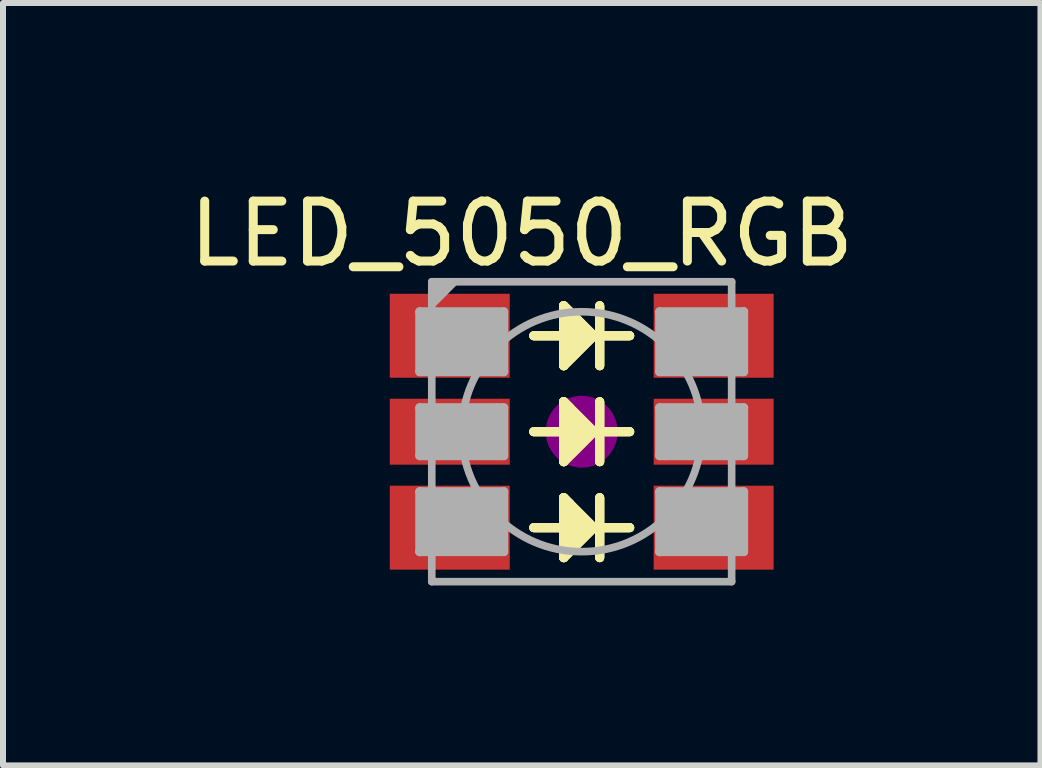
<source format=kicad_pcb>
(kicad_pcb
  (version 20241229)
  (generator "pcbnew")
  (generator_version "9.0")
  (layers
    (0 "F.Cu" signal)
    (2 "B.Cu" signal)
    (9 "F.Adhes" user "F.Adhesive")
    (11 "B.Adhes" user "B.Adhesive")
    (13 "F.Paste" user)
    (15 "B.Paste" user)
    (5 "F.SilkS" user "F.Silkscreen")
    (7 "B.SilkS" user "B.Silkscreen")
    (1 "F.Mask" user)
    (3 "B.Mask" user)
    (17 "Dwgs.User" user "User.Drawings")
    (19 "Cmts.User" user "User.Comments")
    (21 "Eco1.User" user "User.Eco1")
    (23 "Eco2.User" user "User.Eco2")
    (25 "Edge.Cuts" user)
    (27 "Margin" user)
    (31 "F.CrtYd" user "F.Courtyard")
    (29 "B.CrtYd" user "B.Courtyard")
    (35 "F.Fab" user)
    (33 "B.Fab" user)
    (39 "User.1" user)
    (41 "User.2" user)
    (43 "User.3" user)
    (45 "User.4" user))
  (footprint "LED_5050_RGB"
    (layer "F.Cu")
    (at 6.649 4.148)
    (property "Reference" "LED_5050_RGB" (at -1 -3.3 0) (layer "F.SilkS") (effects (font (size 1 1) (thickness 0.15))))
    (attr through_hole)
    (fp_line (start -0.8 -1.6) (end 0.8 -1.6) (stroke (width 0.15) (type solid)) (layer "F.SilkS"))
    (fp_line (start -0.8 -1.6) (end 0.8 -1.6) (stroke (width 0.15) (type solid)) (layer "F.SilkS"))
    (fp_line (start -0.8 -1.6) (end 0.8 -1.6) (stroke (width 0.15) (type solid)) (layer "F.SilkS"))
    (fp_line (start -0.8 -1.6) (end 0.8 -1.6) (stroke (width 0.15) (type solid)) (layer "F.SilkS"))
    (fp_line (start -0.8 0) (end 0.8 0) (stroke (width 0.15) (type solid)) (layer "F.SilkS"))
    (fp_line (start -0.8 0) (end 0.8 0) (stroke (width 0.15) (type solid)) (layer "F.SilkS"))
    (fp_line (start -0.8 0) (end 0.8 0) (stroke (width 0.15) (type solid)) (layer "F.SilkS"))
    (fp_line (start -0.8 0) (end 0.8 0) (stroke (width 0.15) (type solid)) (layer "F.SilkS"))
    (fp_line (start -0.8 1.6) (end 0.8 1.6) (stroke (width 0.15) (type solid)) (layer "F.SilkS"))
    (fp_line (start -0.8 1.6) (end 0.8 1.6) (stroke (width 0.15) (type solid)) (layer "F.SilkS"))
    (fp_line (start -0.8 1.6) (end 0.8 1.6) (stroke (width 0.15) (type solid)) (layer "F.SilkS"))
    (fp_line (start -0.8 1.6) (end 0.8 1.6) (stroke (width 0.15) (type solid)) (layer "F.SilkS"))
    (fp_line (start -0.3 -2.1) (end -0.2 -2) (stroke (width 0.15) (type solid)) (layer "F.SilkS"))
    (fp_line (start -0.3 -2.1) (end -0.2 -2) (stroke (width 0.15) (type solid)) (layer "F.SilkS"))
    (fp_line (start -0.3 -2.1) (end -0.2 -2) (stroke (width 0.15) (type solid)) (layer "F.SilkS"))
    (fp_line (start -0.3 -2.1) (end -0.2 -2) (stroke (width 0.15) (type solid)) (layer "F.SilkS"))
    (fp_line (start -0.3 -2.1) (end 0.2 -1.6) (stroke (width 0.15) (type solid)) (layer "F.SilkS"))
    (fp_line (start -0.3 -2.1) (end 0.2 -1.6) (stroke (width 0.15) (type solid)) (layer "F.SilkS"))
    (fp_line (start -0.3 -2.1) (end 0.2 -1.6) (stroke (width 0.15) (type solid)) (layer "F.SilkS"))
    (fp_line (start -0.3 -2.1) (end 0.2 -1.6) (stroke (width 0.15) (type solid)) (layer "F.SilkS"))
    (fp_line (start -0.3 -1.1) (end -0.3 -2.1) (stroke (width 0.15) (type solid)) (layer "F.SilkS"))
    (fp_line (start -0.3 -1.1) (end -0.3 -2.1) (stroke (width 0.15) (type solid)) (layer "F.SilkS"))
    (fp_line (start -0.3 -1.1) (end -0.3 -2.1) (stroke (width 0.15) (type solid)) (layer "F.SilkS"))
    (fp_line (start -0.3 -1.1) (end -0.3 -2.1) (stroke (width 0.15) (type solid)) (layer "F.SilkS"))
    (fp_line (start -0.3 -0.5) (end -0.2 -0.4) (stroke (width 0.15) (type solid)) (layer "F.SilkS"))
    (fp_line (start -0.3 -0.5) (end -0.2 -0.4) (stroke (width 0.15) (type solid)) (layer "F.SilkS"))
    (fp_line (start -0.3 -0.5) (end -0.2 -0.4) (stroke (width 0.15) (type solid)) (layer "F.SilkS"))
    (fp_line (start -0.3 -0.5) (end -0.2 -0.4) (stroke (width 0.15) (type solid)) (layer "F.SilkS"))
    (fp_line (start -0.3 -0.5) (end 0.2 0) (stroke (width 0.15) (type solid)) (layer "F.SilkS"))
    (fp_line (start -0.3 -0.5) (end 0.2 0) (stroke (width 0.15) (type solid)) (layer "F.SilkS"))
    (fp_line (start -0.3 -0.5) (end 0.2 0) (stroke (width 0.15) (type solid)) (layer "F.SilkS"))
    (fp_line (start -0.3 -0.5) (end 0.2 0) (stroke (width 0.15) (type solid)) (layer "F.SilkS"))
    (fp_line (start -0.3 0.5) (end -0.3 -0.5) (stroke (width 0.15) (type solid)) (layer "F.SilkS"))
    (fp_line (start -0.3 0.5) (end -0.3 -0.5) (stroke (width 0.15) (type solid)) (layer "F.SilkS"))
    (fp_line (start -0.3 0.5) (end -0.3 -0.5) (stroke (width 0.15) (type solid)) (layer "F.SilkS"))
    (fp_line (start -0.3 0.5) (end -0.3 -0.5) (stroke (width 0.15) (type solid)) (layer "F.SilkS"))
    (fp_line (start -0.3 1.1) (end -0.2 1.2) (stroke (width 0.15) (type solid)) (layer "F.SilkS"))
    (fp_line (start -0.3 1.1) (end -0.2 1.2) (stroke (width 0.15) (type solid)) (layer "F.SilkS"))
    (fp_line (start -0.3 1.1) (end -0.2 1.2) (stroke (width 0.15) (type solid)) (layer "F.SilkS"))
    (fp_line (start -0.3 1.1) (end -0.2 1.2) (stroke (width 0.15) (type solid)) (layer "F.SilkS"))
    (fp_line (start -0.3 1.1) (end 0.2 1.6) (stroke (width 0.15) (type solid)) (layer "F.SilkS"))
    (fp_line (start -0.3 1.1) (end 0.2 1.6) (stroke (width 0.15) (type solid)) (layer "F.SilkS"))
    (fp_line (start -0.3 1.1) (end 0.2 1.6) (stroke (width 0.15) (type solid)) (layer "F.SilkS"))
    (fp_line (start -0.3 1.1) (end 0.2 1.6) (stroke (width 0.15) (type solid)) (layer "F.SilkS"))
    (fp_line (start -0.3 2.1) (end -0.3 1.1) (stroke (width 0.15) (type solid)) (layer "F.SilkS"))
    (fp_line (start -0.3 2.1) (end -0.3 1.1) (stroke (width 0.15) (type solid)) (layer "F.SilkS"))
    (fp_line (start -0.3 2.1) (end -0.3 1.1) (stroke (width 0.15) (type solid)) (layer "F.SilkS"))
    (fp_line (start -0.3 2.1) (end -0.3 1.1) (stroke (width 0.15) (type solid)) (layer "F.SilkS"))
    (fp_line (start -0.2 -2) (end -0.2 -1.3) (stroke (width 0.15) (type solid)) (layer "F.SilkS"))
    (fp_line (start -0.2 -2) (end -0.2 -1.3) (stroke (width 0.15) (type solid)) (layer "F.SilkS"))
    (fp_line (start -0.2 -2) (end -0.2 -1.3) (stroke (width 0.15) (type solid)) (layer "F.SilkS"))
    (fp_line (start -0.2 -2) (end -0.2 -1.3) (stroke (width 0.15) (type solid)) (layer "F.SilkS"))
    (fp_line (start -0.2 -1.3) (end -0.1 -1.4) (stroke (width 0.15) (type solid)) (layer "F.SilkS"))
    (fp_line (start -0.2 -1.3) (end -0.1 -1.4) (stroke (width 0.15) (type solid)) (layer "F.SilkS"))
    (fp_line (start -0.2 -1.3) (end -0.1 -1.4) (stroke (width 0.15) (type solid)) (layer "F.SilkS"))
    (fp_line (start -0.2 -1.3) (end -0.1 -1.4) (stroke (width 0.15) (type solid)) (layer "F.SilkS"))
    (fp_line (start -0.2 -0.4) (end -0.2 0.3) (stroke (width 0.15) (type solid)) (layer "F.SilkS"))
    (fp_line (start -0.2 -0.4) (end -0.2 0.3) (stroke (width 0.15) (type solid)) (layer "F.SilkS"))
    (fp_line (start -0.2 -0.4) (end -0.2 0.3) (stroke (width 0.15) (type solid)) (layer "F.SilkS"))
    (fp_line (start -0.2 -0.4) (end -0.2 0.3) (stroke (width 0.15) (type solid)) (layer "F.SilkS"))
    (fp_line (start -0.2 0.3) (end -0.1 0.2) (stroke (width 0.15) (type solid)) (layer "F.SilkS"))
    (fp_line (start -0.2 0.3) (end -0.1 0.2) (stroke (width 0.15) (type solid)) (layer "F.SilkS"))
    (fp_line (start -0.2 0.3) (end -0.1 0.2) (stroke (width 0.15) (type solid)) (layer "F.SilkS"))
    (fp_line (start -0.2 0.3) (end -0.1 0.2) (stroke (width 0.15) (type solid)) (layer "F.SilkS"))
    (fp_line (start -0.2 1.2) (end -0.2 1.9) (stroke (width 0.15) (type solid)) (layer "F.SilkS"))
    (fp_line (start -0.2 1.2) (end -0.2 1.9) (stroke (width 0.15) (type solid)) (layer "F.SilkS"))
    (fp_line (start -0.2 1.2) (end -0.2 1.9) (stroke (width 0.15) (type solid)) (layer "F.SilkS"))
    (fp_line (start -0.2 1.2) (end -0.2 1.9) (stroke (width 0.15) (type solid)) (layer "F.SilkS"))
    (fp_line (start -0.2 1.9) (end -0.1 1.8) (stroke (width 0.15) (type solid)) (layer "F.SilkS"))
    (fp_line (start -0.2 1.9) (end -0.1 1.8) (stroke (width 0.15) (type solid)) (layer "F.SilkS"))
    (fp_line (start -0.2 1.9) (end -0.1 1.8) (stroke (width 0.15) (type solid)) (layer "F.SilkS"))
    (fp_line (start -0.2 1.9) (end -0.1 1.8) (stroke (width 0.15) (type solid)) (layer "F.SilkS"))
    (fp_line (start -0.1 -1.8) (end 0 -1.7) (stroke (width 0.15) (type solid)) (layer "F.SilkS"))
    (fp_line (start -0.1 -1.8) (end 0 -1.7) (stroke (width 0.15) (type solid)) (layer "F.SilkS"))
    (fp_line (start -0.1 -1.8) (end 0 -1.7) (stroke (width 0.15) (type solid)) (layer "F.SilkS"))
    (fp_line (start -0.1 -1.8) (end 0 -1.7) (stroke (width 0.15) (type solid)) (layer "F.SilkS"))
    (fp_line (start -0.1 -1.4) (end -0.1 -1.8) (stroke (width 0.15) (type solid)) (layer "F.SilkS"))
    (fp_line (start -0.1 -1.4) (end -0.1 -1.8) (stroke (width 0.15) (type solid)) (layer "F.SilkS"))
    (fp_line (start -0.1 -1.4) (end -0.1 -1.8) (stroke (width 0.15) (type solid)) (layer "F.SilkS"))
    (fp_line (start -0.1 -1.4) (end -0.1 -1.8) (stroke (width 0.15) (type solid)) (layer "F.SilkS"))
    (fp_line (start -0.1 -0.2) (end 0 -0.1) (stroke (width 0.15) (type solid)) (layer "F.SilkS"))
    (fp_line (start -0.1 -0.2) (end 0 -0.1) (stroke (width 0.15) (type solid)) (layer "F.SilkS"))
    (fp_line (start -0.1 -0.2) (end 0 -0.1) (stroke (width 0.15) (type solid)) (layer "F.SilkS"))
    (fp_line (start -0.1 -0.2) (end 0 -0.1) (stroke (width 0.15) (type solid)) (layer "F.SilkS"))
    (fp_line (start -0.1 0.2) (end -0.1 -0.2) (stroke (width 0.15) (type solid)) (layer "F.SilkS"))
    (fp_line (start -0.1 0.2) (end -0.1 -0.2) (stroke (width 0.15) (type solid)) (layer "F.SilkS"))
    (fp_line (start -0.1 0.2) (end -0.1 -0.2) (stroke (width 0.15) (type solid)) (layer "F.SilkS"))
    (fp_line (start -0.1 0.2) (end -0.1 -0.2) (stroke (width 0.15) (type solid)) (layer "F.SilkS"))
    (fp_line (start -0.1 1.4) (end 0 1.5) (stroke (width 0.15) (type solid)) (layer "F.SilkS"))
    (fp_line (start -0.1 1.4) (end 0 1.5) (stroke (width 0.15) (type solid)) (layer "F.SilkS"))
    (fp_line (start -0.1 1.4) (end 0 1.5) (stroke (width 0.15) (type solid)) (layer "F.SilkS"))
    (fp_line (start -0.1 1.4) (end 0 1.5) (stroke (width 0.15) (type solid)) (layer "F.SilkS"))
    (fp_line (start -0.1 1.8) (end -0.1 1.4) (stroke (width 0.15) (type solid)) (layer "F.SilkS"))
    (fp_line (start -0.1 1.8) (end -0.1 1.4) (stroke (width 0.15) (type solid)) (layer "F.SilkS"))
    (fp_line (start -0.1 1.8) (end -0.1 1.4) (stroke (width 0.15) (type solid)) (layer "F.SilkS"))
    (fp_line (start -0.1 1.8) (end -0.1 1.4) (stroke (width 0.15) (type solid)) (layer "F.SilkS"))
    (fp_line (start 0 -1.7) (end 0 -1.5) (stroke (width 0.15) (type solid)) (layer "F.SilkS"))
    (fp_line (start 0 -1.7) (end 0 -1.5) (stroke (width 0.15) (type solid)) (layer "F.SilkS"))
    (fp_line (start 0 -1.7) (end 0 -1.5) (stroke (width 0.15) (type solid)) (layer "F.SilkS"))
    (fp_line (start 0 -1.7) (end 0 -1.5) (stroke (width 0.15) (type solid)) (layer "F.SilkS"))
    (fp_line (start 0 -0.1) (end 0 0.1) (stroke (width 0.15) (type solid)) (layer "F.SilkS"))
    (fp_line (start 0 -0.1) (end 0 0.1) (stroke (width 0.15) (type solid)) (layer "F.SilkS"))
    (fp_line (start 0 -0.1) (end 0 0.1) (stroke (width 0.15) (type solid)) (layer "F.SilkS"))
    (fp_line (start 0 -0.1) (end 0 0.1) (stroke (width 0.15) (type solid)) (layer "F.SilkS"))
    (fp_line (start 0 1.5) (end 0 1.7) (stroke (width 0.15) (type solid)) (layer "F.SilkS"))
    (fp_line (start 0 1.5) (end 0 1.7) (stroke (width 0.15) (type solid)) (layer "F.SilkS"))
    (fp_line (start 0 1.5) (end 0 1.7) (stroke (width 0.15) (type solid)) (layer "F.SilkS"))
    (fp_line (start 0 1.5) (end 0 1.7) (stroke (width 0.15) (type solid)) (layer "F.SilkS"))
    (fp_line (start 0.2 -1.6) (end -0.3 -1.1) (stroke (width 0.15) (type solid)) (layer "F.SilkS"))
    (fp_line (start 0.2 -1.6) (end -0.3 -1.1) (stroke (width 0.15) (type solid)) (layer "F.SilkS"))
    (fp_line (start 0.2 -1.6) (end -0.3 -1.1) (stroke (width 0.15) (type solid)) (layer "F.SilkS"))
    (fp_line (start 0.2 -1.6) (end -0.3 -1.1) (stroke (width 0.15) (type solid)) (layer "F.SilkS"))
    (fp_line (start 0.2 0) (end -0.3 0.5) (stroke (width 0.15) (type solid)) (layer "F.SilkS"))
    (fp_line (start 0.2 0) (end -0.3 0.5) (stroke (width 0.15) (type solid)) (layer "F.SilkS"))
    (fp_line (start 0.2 0) (end -0.3 0.5) (stroke (width 0.15) (type solid)) (layer "F.SilkS"))
    (fp_line (start 0.2 0) (end -0.3 0.5) (stroke (width 0.15) (type solid)) (layer "F.SilkS"))
    (fp_line (start 0.2 1.6) (end -0.3 2.1) (stroke (width 0.15) (type solid)) (layer "F.SilkS"))
    (fp_line (start 0.2 1.6) (end -0.3 2.1) (stroke (width 0.15) (type solid)) (layer "F.SilkS"))
    (fp_line (start 0.2 1.6) (end -0.3 2.1) (stroke (width 0.15) (type solid)) (layer "F.SilkS"))
    (fp_line (start 0.2 1.6) (end -0.3 2.1) (stroke (width 0.15) (type solid)) (layer "F.SilkS"))
    (fp_line (start 0.3 -2.1) (end 0.3 -1.1) (stroke (width 0.15) (type solid)) (layer "F.SilkS"))
    (fp_line (start 0.3 -2.1) (end 0.3 -1.1) (stroke (width 0.15) (type solid)) (layer "F.SilkS"))
    (fp_line (start 0.3 -2.1) (end 0.3 -1.1) (stroke (width 0.15) (type solid)) (layer "F.SilkS"))
    (fp_line (start 0.3 -2.1) (end 0.3 -1.1) (stroke (width 0.15) (type solid)) (layer "F.SilkS"))
    (fp_line (start 0.3 -0.5) (end 0.3 0.5) (stroke (width 0.15) (type solid)) (layer "F.SilkS"))
    (fp_line (start 0.3 -0.5) (end 0.3 0.5) (stroke (width 0.15) (type solid)) (layer "F.SilkS"))
    (fp_line (start 0.3 -0.5) (end 0.3 0.5) (stroke (width 0.15) (type solid)) (layer "F.SilkS"))
    (fp_line (start 0.3 -0.5) (end 0.3 0.5) (stroke (width 0.15) (type solid)) (layer "F.SilkS"))
    (fp_line (start 0.3 1.1) (end 0.3 2.1) (stroke (width 0.15) (type solid)) (layer "F.SilkS"))
    (fp_line (start 0.3 1.1) (end 0.3 2.1) (stroke (width 0.15) (type solid)) (layer "F.SilkS"))
    (fp_line (start 0.3 1.1) (end 0.3 2.1) (stroke (width 0.15) (type solid)) (layer "F.SilkS"))
    (fp_line (start 0.3 1.1) (end 0.3 2.1) (stroke (width 0.15) (type solid)) (layer "F.SilkS"))
    (fp_circle (center 0 0) (end 0.3 0) (stroke (width 0.6) (type solid)) (fill no) (layer "F.Adhes"))
    (fp_line (start -2.7 -2) (end -1.3 -2) (stroke (width 0.15) (type solid)) (layer "F.Fab"))
    (fp_line (start -2.7 -1) (end -2.7 -2) (stroke (width 0.15) (type solid)) (layer "F.Fab"))
    (fp_line (start -2.7 -0.4) (end -1.3 -0.4) (stroke (width 0.15) (type solid)) (layer "F.Fab"))
    (fp_line (start -2.7 0.4) (end -2.7 -0.4) (stroke (width 0.15) (type solid)) (layer "F.Fab"))
    (fp_line (start -2.7 1) (end -1.3 1) (stroke (width 0.15) (type solid)) (layer "F.Fab"))
    (fp_line (start -2.7 2) (end -2.7 1) (stroke (width 0.15) (type solid)) (layer "F.Fab"))
    (fp_line (start -2.7 2) (end -2.6 1.9) (stroke (width 0.15) (type solid)) (layer "F.Fab"))
    (fp_line (start -2.6 -1.9) (end -1.4 -1.9) (stroke (width 0.15) (type solid)) (layer "F.Fab"))
    (fp_line (start -2.6 -1.1) (end -2.6 -1.9) (stroke (width 0.15) (type solid)) (layer "F.Fab"))
    (fp_line (start -2.6 -0.3) (end -1.5 -0.3) (stroke (width 0.15) (type solid)) (layer "F.Fab"))
    (fp_line (start -2.6 0.4) (end -2.6 -0.3) (stroke (width 0.15) (type solid)) (layer "F.Fab"))
    (fp_line (start -2.6 1.1) (end -1.4 1.1) (stroke (width 0.15) (type solid)) (layer "F.Fab"))
    (fp_line (start -2.6 1.9) (end -2.6 1.1) (stroke (width 0.15) (type solid)) (layer "F.Fab"))
    (fp_line (start -2.5 -2.5) (end 2.5 -2.5) (stroke (width 0.127) (type solid)) (layer "F.Fab"))
    (fp_line (start -2.5 -2.4) (end -2.4 -2.5) (stroke (width 0.1) (type solid)) (layer "F.Fab"))
    (fp_line (start -2.5 -2.3) (end -2.5 -2.2) (stroke (width 0.1) (type solid)) (layer "F.Fab"))
    (fp_line (start -2.5 -2.2) (end -2.2 -2.5) (stroke (width 0.1) (type solid)) (layer "F.Fab"))
    (fp_line (start -2.5 2.5) (end -2.5 -2.5) (stroke (width 0.127) (type solid)) (layer "F.Fab"))
    (fp_line (start -2.4 -2.5) (end -2.3 -2.5) (stroke (width 0.1) (type solid)) (layer "F.Fab"))
    (fp_line (start -2.4 -1.8) (end -1.5 -1.8) (stroke (width 0.15) (type solid)) (layer "F.Fab"))
    (fp_line (start -2.4 -1.2) (end -2.4 -1.8) (stroke (width 0.15) (type solid)) (layer "F.Fab"))
    (fp_line (start -2.4 -0.2) (end -1.6 -0.2) (stroke (width 0.15) (type solid)) (layer "F.Fab"))
    (fp_line (start -2.4 0.3) (end -2.4 -0.2) (stroke (width 0.15) (type solid)) (layer "F.Fab"))
    (fp_line (start -2.4 1.2) (end -1.5 1.2) (stroke (width 0.15) (type solid)) (layer "F.Fab"))
    (fp_line (start -2.4 1.9) (end -2.4 1.2) (stroke (width 0.15) (type solid)) (layer "F.Fab"))
    (fp_line (start -2.3 -2.5) (end -2.5 -2.3) (stroke (width 0.1) (type solid)) (layer "F.Fab"))
    (fp_line (start -2.3 -1.7) (end -1.6 -1.7) (stroke (width 0.15) (type solid)) (layer "F.Fab"))
    (fp_line (start -2.3 -1.6) (end -1.7 -1.6) (stroke (width 0.15) (type solid)) (layer "F.Fab"))
    (fp_line (start -2.3 -1.3) (end -2.3 -1.6) (stroke (width 0.15) (type solid)) (layer "F.Fab"))
    (fp_line (start -2.3 -0.1) (end -1.7 -0.1) (stroke (width 0.15) (type solid)) (layer "F.Fab"))
    (fp_line (start -2.3 0.2) (end -2.3 -0.1) (stroke (width 0.15) (type solid)) (layer "F.Fab"))
    (fp_line (start -2.3 1.3) (end -1.6 1.3) (stroke (width 0.15) (type solid)) (layer "F.Fab"))
    (fp_line (start -2.3 1.8) (end -2.3 1.3) (stroke (width 0.15) (type solid)) (layer "F.Fab"))
    (fp_line (start -2.2 -2.5) (end -2.1 -2.5) (stroke (width 0.1) (type solid)) (layer "F.Fab"))
    (fp_line (start -2.2 -1.5) (end -1.8 -1.5) (stroke (width 0.15) (type solid)) (layer "F.Fab"))
    (fp_line (start -2.2 -1.4) (end -2.2 -1.5) (stroke (width 0.15) (type solid)) (layer "F.Fab"))
    (fp_line (start -2.2 0) (end -1.8 0) (stroke (width 0.15) (type solid)) (layer "F.Fab"))
    (fp_line (start -2.2 0.1) (end -2.2 0) (stroke (width 0.15) (type solid)) (layer "F.Fab"))
    (fp_line (start -2.2 1.4) (end -1.7 1.4) (stroke (width 0.15) (type solid)) (layer "F.Fab"))
    (fp_line (start -2.2 1.7) (end -2.2 1.4) (stroke (width 0.15) (type solid)) (layer "F.Fab"))
    (fp_line (start -2.1 -2.5) (end -2.5 -2.1) (stroke (width 0.1) (type solid)) (layer "F.Fab"))
    (fp_line (start -2.1 1.5) (end -1.8 1.5) (stroke (width 0.15) (type solid)) (layer "F.Fab"))
    (fp_line (start -2.1 1.6) (end -2.1 1.5) (stroke (width 0.15) (type solid)) (layer "F.Fab"))
    (fp_line (start -1.7 -1.6) (end -1.7 -1.4) (stroke (width 0.15) (type solid)) (layer "F.Fab"))
    (fp_line (start -1.7 -1.4) (end -2.2 -1.4) (stroke (width 0.15) (type solid)) (layer "F.Fab"))
    (fp_line (start -1.7 -0.1) (end -1.7 0.1) (stroke (width 0.15) (type solid)) (layer "F.Fab"))
    (fp_line (start -1.7 0.1) (end -2.2 0.1) (stroke (width 0.15) (type solid)) (layer "F.Fab"))
    (fp_line (start -1.7 1.4) (end -1.7 1.6) (stroke (width 0.15) (type solid)) (layer "F.Fab"))
    (fp_line (start -1.7 1.6) (end -2.1 1.6) (stroke (width 0.15) (type solid)) (layer "F.Fab"))
    (fp_line (start -1.6 -1.7) (end -1.6 -1.3) (stroke (width 0.15) (type solid)) (layer "F.Fab"))
    (fp_line (start -1.6 -1.3) (end -2.3 -1.3) (stroke (width 0.15) (type solid)) (layer "F.Fab"))
    (fp_line (start -1.6 -0.2) (end -1.6 0.2) (stroke (width 0.15) (type solid)) (layer "F.Fab"))
    (fp_line (start -1.6 0.2) (end -2.3 0.2) (stroke (width 0.15) (type solid)) (layer "F.Fab"))
    (fp_line (start -1.6 1.3) (end -1.6 1.7) (stroke (width 0.15) (type solid)) (layer "F.Fab"))
    (fp_line (start -1.6 1.7) (end -2.2 1.7) (stroke (width 0.15) (type solid)) (layer "F.Fab"))
    (fp_line (start -1.5 -1.8) (end -1.5 -1.2) (stroke (width 0.15) (type solid)) (layer "F.Fab"))
    (fp_line (start -1.5 -1.2) (end -2.4 -1.2) (stroke (width 0.15) (type solid)) (layer "F.Fab"))
    (fp_line (start -1.5 -0.3) (end -1.5 0.3) (stroke (width 0.15) (type solid)) (layer "F.Fab"))
    (fp_line (start -1.5 0.3) (end -2.4 0.3) (stroke (width 0.15) (type solid)) (layer "F.Fab"))
    (fp_line (start -1.5 1.2) (end -1.5 1.8) (stroke (width 0.15) (type solid)) (layer "F.Fab"))
    (fp_line (start -1.5 1.8) (end -2.3 1.8) (stroke (width 0.15) (type solid)) (layer "F.Fab"))
    (fp_line (start -1.4 -1.9) (end -1.4 -1.1) (stroke (width 0.15) (type solid)) (layer "F.Fab"))
    (fp_line (start -1.4 -1.1) (end -2.6 -1.1) (stroke (width 0.15) (type solid)) (layer "F.Fab"))
    (fp_line (start -1.4 -0.4) (end -1.4 0.4) (stroke (width 0.15) (type solid)) (layer "F.Fab"))
    (fp_line (start -1.4 1.1) (end -1.4 1.9) (stroke (width 0.15) (type solid)) (layer "F.Fab"))
    (fp_line (start -1.4 1.9) (end -2.4 1.9) (stroke (width 0.15) (type solid)) (layer "F.Fab"))
    (fp_line (start -1.3 -2) (end -1.3 -1) (stroke (width 0.15) (type solid)) (layer "F.Fab"))
    (fp_line (start -1.3 -1) (end -2.7 -1) (stroke (width 0.15) (type solid)) (layer "F.Fab"))
    (fp_line (start -1.3 -0.4) (end -1.3 0.4) (stroke (width 0.15) (type solid)) (layer "F.Fab"))
    (fp_line (start -1.3 0.4) (end -2.7 0.4) (stroke (width 0.15) (type solid)) (layer "F.Fab"))
    (fp_line (start -1.3 1) (end -1.3 2) (stroke (width 0.15) (type solid)) (layer "F.Fab"))
    (fp_line (start -1.3 2) (end -2.7 2) (stroke (width 0.15) (type solid)) (layer "F.Fab"))
    (fp_line (start 1.3 -2) (end 1.3 -1) (stroke (width 0.15) (type solid)) (layer "F.Fab"))
    (fp_line (start 1.3 -1) (end 2.7 -1) (stroke (width 0.15) (type solid)) (layer "F.Fab"))
    (fp_line (start 1.3 -0.4) (end 2.7 -0.4) (stroke (width 0.15) (type solid)) (layer "F.Fab"))
    (fp_line (start 1.3 0.4) (end 1.3 -0.4) (stroke (width 0.15) (type solid)) (layer "F.Fab"))
    (fp_line (start 1.3 1) (end 2.7 1) (stroke (width 0.15) (type solid)) (layer "F.Fab"))
    (fp_line (start 1.3 2) (end 1.3 1) (stroke (width 0.15) (type solid)) (layer "F.Fab"))
    (fp_line (start 1.3 2) (end 1.4 1.9) (stroke (width 0.15) (type solid)) (layer "F.Fab"))
    (fp_line (start 1.4 -1.9) (end 1.4 -1.1) (stroke (width 0.15) (type solid)) (layer "F.Fab"))
    (fp_line (start 1.4 -1.1) (end 2.6 -1.1) (stroke (width 0.15) (type solid)) (layer "F.Fab"))
    (fp_line (start 1.4 -0.3) (end 2.4 -0.3) (stroke (width 0.15) (type solid)) (layer "F.Fab"))
    (fp_line (start 1.4 0.4) (end 1.4 -0.3) (stroke (width 0.15) (type solid)) (layer "F.Fab"))
    (fp_line (start 1.4 1.1) (end 2.6 1.1) (stroke (width 0.15) (type solid)) (layer "F.Fab"))
    (fp_line (start 1.4 1.9) (end 1.4 1.1) (stroke (width 0.15) (type solid)) (layer "F.Fab"))
    (fp_line (start 1.5 -1.8) (end 1.5 -1.2) (stroke (width 0.15) (type solid)) (layer "F.Fab"))
    (fp_line (start 1.5 -1.2) (end 2.4 -1.2) (stroke (width 0.15) (type solid)) (layer "F.Fab"))
    (fp_line (start 1.5 -0.2) (end 2.3 -0.2) (stroke (width 0.15) (type solid)) (layer "F.Fab"))
    (fp_line (start 1.5 0.3) (end 1.5 -0.2) (stroke (width 0.15) (type solid)) (layer "F.Fab"))
    (fp_line (start 1.5 1.2) (end 2.4 1.2) (stroke (width 0.15) (type solid)) (layer "F.Fab"))
    (fp_line (start 1.5 1.9) (end 1.5 1.2) (stroke (width 0.15) (type solid)) (layer "F.Fab"))
    (fp_line (start 1.6 -1.7) (end 1.6 -1.3) (stroke (width 0.15) (type solid)) (layer "F.Fab"))
    (fp_line (start 1.6 -1.3) (end 2.3 -1.3) (stroke (width 0.15) (type solid)) (layer "F.Fab"))
    (fp_line (start 1.6 -0.1) (end 2.2 -0.1) (stroke (width 0.15) (type solid)) (layer "F.Fab"))
    (fp_line (start 1.6 0.2) (end 1.6 -0.1) (stroke (width 0.15) (type solid)) (layer "F.Fab"))
    (fp_line (start 1.6 1.3) (end 2.3 1.3) (stroke (width 0.15) (type solid)) (layer "F.Fab"))
    (fp_line (start 1.6 1.8) (end 1.6 1.3) (stroke (width 0.15) (type solid)) (layer "F.Fab"))
    (fp_line (start 1.7 -1.6) (end 1.7 -1.4) (stroke (width 0.15) (type solid)) (layer "F.Fab"))
    (fp_line (start 1.7 -1.4) (end 2.2 -1.4) (stroke (width 0.15) (type solid)) (layer "F.Fab"))
    (fp_line (start 1.7 0) (end 2.1 0) (stroke (width 0.15) (type solid)) (layer "F.Fab"))
    (fp_line (start 1.7 0.1) (end 1.7 0) (stroke (width 0.15) (type solid)) (layer "F.Fab"))
    (fp_line (start 1.7 1.4) (end 2.2 1.4) (stroke (width 0.15) (type solid)) (layer "F.Fab"))
    (fp_line (start 1.7 1.7) (end 1.7 1.4) (stroke (width 0.15) (type solid)) (layer "F.Fab"))
    (fp_line (start 1.8 1.5) (end 2.1 1.5) (stroke (width 0.15) (type solid)) (layer "F.Fab"))
    (fp_line (start 1.8 1.6) (end 1.8 1.5) (stroke (width 0.15) (type solid)) (layer "F.Fab"))
    (fp_line (start 2.2 -1.5) (end 1.8 -1.5) (stroke (width 0.15) (type solid)) (layer "F.Fab"))
    (fp_line (start 2.2 -1.4) (end 2.2 -1.5) (stroke (width 0.15) (type solid)) (layer "F.Fab"))
    (fp_line (start 2.2 -0.1) (end 2.2 0.1) (stroke (width 0.15) (type solid)) (layer "F.Fab"))
    (fp_line (start 2.2 0.1) (end 1.7 0.1) (stroke (width 0.15) (type solid)) (layer "F.Fab"))
    (fp_line (start 2.2 1.4) (end 2.2 1.6) (stroke (width 0.15) (type solid)) (layer "F.Fab"))
    (fp_line (start 2.2 1.6) (end 1.8 1.6) (stroke (width 0.15) (type solid)) (layer "F.Fab"))
    (fp_line (start 2.3 -1.6) (end 1.7 -1.6) (stroke (width 0.15) (type solid)) (layer "F.Fab"))
    (fp_line (start 2.3 -1.3) (end 2.3 -1.6) (stroke (width 0.15) (type solid)) (layer "F.Fab"))
    (fp_line (start 2.3 -0.2) (end 2.3 0.2) (stroke (width 0.15) (type solid)) (layer "F.Fab"))
    (fp_line (start 2.3 0.2) (end 1.6 0.2) (stroke (width 0.15) (type solid)) (layer "F.Fab"))
    (fp_line (start 2.3 1.3) (end 2.3 1.7) (stroke (width 0.15) (type solid)) (layer "F.Fab"))
    (fp_line (start 2.3 1.7) (end 1.7 1.7) (stroke (width 0.15) (type solid)) (layer "F.Fab"))
    (fp_line (start 2.4 -1.7) (end 1.6 -1.7) (stroke (width 0.15) (type solid)) (layer "F.Fab"))
    (fp_line (start 2.4 -1.2) (end 2.4 -1.7) (stroke (width 0.15) (type solid)) (layer "F.Fab"))
    (fp_line (start 2.4 -0.3) (end 2.4 0.3) (stroke (width 0.15) (type solid)) (layer "F.Fab"))
    (fp_line (start 2.4 0.3) (end 1.5 0.3) (stroke (width 0.15) (type solid)) (layer "F.Fab"))
    (fp_line (start 2.4 1.2) (end 2.4 1.8) (stroke (width 0.15) (type solid)) (layer "F.Fab"))
    (fp_line (start 2.4 1.8) (end 1.6 1.8) (stroke (width 0.15) (type solid)) (layer "F.Fab"))
    (fp_line (start 2.5 -2.5) (end 2.5 2.5) (stroke (width 0.127) (type solid)) (layer "F.Fab"))
    (fp_line (start 2.5 2.5) (end -2.5 2.5) (stroke (width 0.127) (type solid)) (layer "F.Fab"))
    (fp_line (start 2.6 -1.9) (end 1.4 -1.9) (stroke (width 0.15) (type solid)) (layer "F.Fab"))
    (fp_line (start 2.6 -1.8) (end 1.5 -1.8) (stroke (width 0.15) (type solid)) (layer "F.Fab"))
    (fp_line (start 2.6 -1.1) (end 2.6 -1.8) (stroke (width 0.15) (type solid)) (layer "F.Fab"))
    (fp_line (start 2.6 -0.4) (end 2.6 0.4) (stroke (width 0.15) (type solid)) (layer "F.Fab"))
    (fp_line (start 2.6 1.1) (end 2.6 1.9) (stroke (width 0.15) (type solid)) (layer "F.Fab"))
    (fp_line (start 2.6 1.9) (end 1.5 1.9) (stroke (width 0.15) (type solid)) (layer "F.Fab"))
    (fp_line (start 2.7 -2) (end 1.3 -2) (stroke (width 0.15) (type solid)) (layer "F.Fab"))
    (fp_line (start 2.7 -2) (end 2.6 -1.9) (stroke (width 0.15) (type solid)) (layer "F.Fab"))
    (fp_line (start 2.7 -1) (end 2.7 -2) (stroke (width 0.15) (type solid)) (layer "F.Fab"))
    (fp_line (start 2.7 -0.4) (end 2.7 0.4) (stroke (width 0.15) (type solid)) (layer "F.Fab"))
    (fp_line (start 2.7 0.4) (end 1.3 0.4) (stroke (width 0.15) (type solid)) (layer "F.Fab"))
    (fp_line (start 2.7 1) (end 2.7 2) (stroke (width 0.15) (type solid)) (layer "F.Fab"))
    (fp_line (start 2.7 2) (end 1.3 2) (stroke (width 0.15) (type solid)) (layer "F.Fab"))
    (fp_circle (center 0 0) (end 0 -2) (stroke (width 0.127) (type solid)) (fill no) (layer "F.Fab"))
    (pad "1" smd rect (at -2.2 -1.6) (size 2 1.4) (layers "F.Cu" "F.Mask" "F.Paste"))
    (pad "2" smd rect (at -2.2 0) (size 2 1.1) (layers "F.Cu" "F.Mask" "F.Paste"))
    (pad "3" smd rect (at -2.2 1.6) (size 2 1.4) (layers "F.Cu" "F.Mask" "F.Paste"))
    (pad "4" smd rect (at 2.2 1.6) (size 2 1.4) (layers "F.Cu" "F.Mask" "F.Paste"))
    (pad "5" smd rect (at 2.2 0) (size 2 1.1) (layers "F.Cu" "F.Mask" "F.Paste"))
    (pad "6" smd rect (at 2.2 -1.6) (size 2 1.4) (layers "F.Cu" "F.Mask" "F.Paste")))
  (gr_rect
    (start -3 -3)
    (end 14.298 9.712)
    (stroke (width 0.1) (type default))
    (fill no)
    (layer "Edge.Cuts")))
</source>
